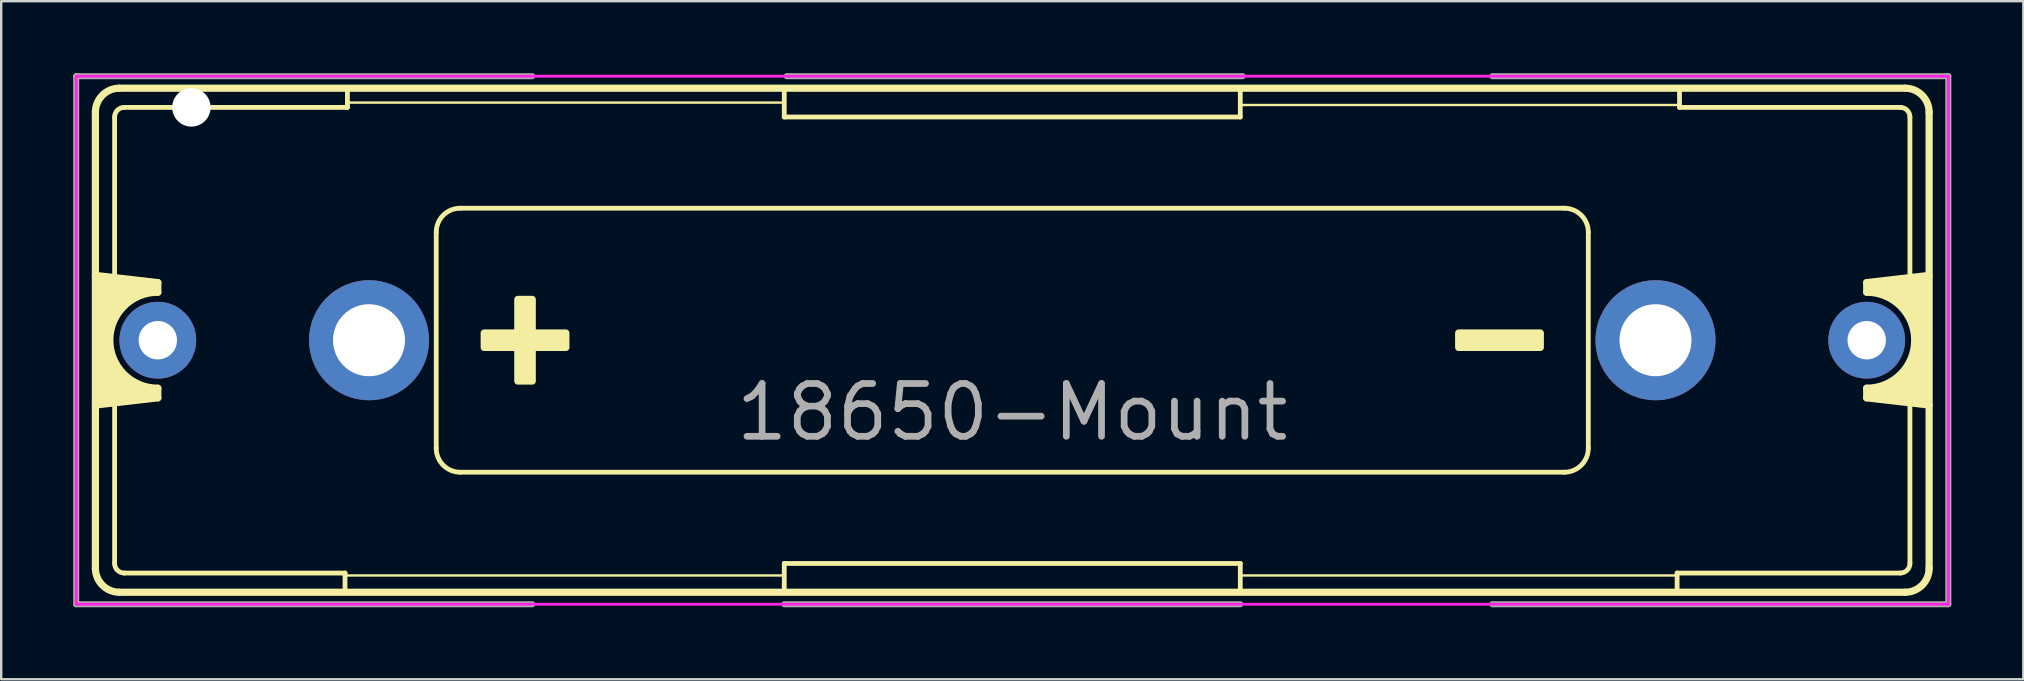
<source format=kicad_pcb>
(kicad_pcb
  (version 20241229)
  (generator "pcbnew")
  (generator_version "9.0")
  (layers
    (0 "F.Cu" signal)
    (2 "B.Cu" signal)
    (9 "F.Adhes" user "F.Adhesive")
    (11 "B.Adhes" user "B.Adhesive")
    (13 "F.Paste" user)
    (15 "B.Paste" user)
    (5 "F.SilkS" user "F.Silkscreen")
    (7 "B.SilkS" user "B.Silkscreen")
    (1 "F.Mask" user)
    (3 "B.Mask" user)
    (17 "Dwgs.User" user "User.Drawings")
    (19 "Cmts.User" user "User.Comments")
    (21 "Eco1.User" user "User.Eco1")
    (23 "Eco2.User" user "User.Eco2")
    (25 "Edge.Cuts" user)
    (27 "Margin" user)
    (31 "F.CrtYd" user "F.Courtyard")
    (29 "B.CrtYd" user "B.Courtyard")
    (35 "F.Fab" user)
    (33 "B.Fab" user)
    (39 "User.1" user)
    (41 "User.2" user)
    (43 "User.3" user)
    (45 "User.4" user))
  (footprint "18650-Mount"
    (layer "F.Cu")
    (at 39.125 11.125)
    (property "Reference" "18650-Mount" (at 0 3 0) (layer "F.Fab") (effects (font (size 2.2 2.2) (thickness 0.28))))
    (attr through_hole)
    (fp_line (start -38.2 9.5) (end -38.2 -9.5) (stroke (width 0.3) (type solid)) (layer "F.SilkS"))
    (fp_line (start -37.4 -9.3) (end -37.4 -2.4) (stroke (width 0.2) (type solid)) (layer "F.SilkS"))
    (fp_line (start -37.4 9.3) (end -37.4 2.4) (stroke (width 0.2) (type solid)) (layer "F.SilkS"))
    (fp_line (start -37.2 10.5) (end 37.2 10.5) (stroke (width 0.3) (type solid)) (layer "F.SilkS"))
    (fp_line (start -37 -9.7) (end -27.7 -9.7) (stroke (width 0.2) (type solid)) (layer "F.SilkS"))
    (fp_line (start -37 9.7) (end -27.8 9.7) (stroke (width 0.2) (type solid)) (layer "F.SilkS"))
    (fp_line (start -35.6 -2.4) (end -38.2 -2.7) (stroke (width 0.3) (type solid)) (layer "F.SilkS"))
    (fp_line (start -35.6 -2.4) (end -35.6 -2) (stroke (width 0.3) (type solid)) (layer "F.SilkS"))
    (fp_line (start -35.6 2.4) (end -38.2 2.7) (stroke (width 0.3) (type solid)) (layer "F.SilkS"))
    (fp_line (start -35.6 2.4) (end -35.6 2) (stroke (width 0.3) (type solid)) (layer "F.SilkS"))
    (fp_line (start -27.8 9.8) (end -9.5 9.8) (stroke (width 0.1) (type solid)) (layer "F.SilkS"))
    (fp_line (start -27.8 10.5) (end -27.8 9.7) (stroke (width 0.2) (type solid)) (layer "F.SilkS"))
    (fp_line (start -27.7 -10.5) (end -27.7 -9.8) (stroke (width 0.2) (type solid)) (layer "F.SilkS"))
    (fp_line (start -27.7 -9.9) (end -9.5 -9.9) (stroke (width 0.1) (type solid)) (layer "F.SilkS"))
    (fp_line (start -27.7 -9.8) (end -27.7 -9.7) (stroke (width 0.2) (type solid)) (layer "F.SilkS"))
    (fp_line (start -24 -4.5) (end -24 4.5) (stroke (width 0.2) (type solid)) (layer "F.SilkS"))
    (fp_line (start -23 5.5) (end 23 5.5) (stroke (width 0.2) (type solid)) (layer "F.SilkS"))
    (fp_line (start -9.5 -10.5) (end -9.5 -9.3) (stroke (width 0.2) (type solid)) (layer "F.SilkS"))
    (fp_line (start -9.5 -9.3) (end 9.5 -9.3) (stroke (width 0.2) (type solid)) (layer "F.SilkS"))
    (fp_line (start -9.5 9.3) (end 9.5 9.3) (stroke (width 0.2) (type solid)) (layer "F.SilkS"))
    (fp_line (start -9.5 10.5) (end -9.5 9.3) (stroke (width 0.2) (type solid)) (layer "F.SilkS"))
    (fp_line (start 9.5 -9.8) (end 27.8 -9.8) (stroke (width 0.1) (type solid)) (layer "F.SilkS"))
    (fp_line (start 9.5 -9.3) (end 9.5 -10.5) (stroke (width 0.2) (type solid)) (layer "F.SilkS"))
    (fp_line (start 9.5 9.3) (end 9.5 10.5) (stroke (width 0.2) (type solid)) (layer "F.SilkS"))
    (fp_line (start 23 -5.5) (end -23 -5.5) (stroke (width 0.2) (type solid)) (layer "F.SilkS"))
    (fp_line (start 24 4.5) (end 24 -4.5) (stroke (width 0.2) (type solid)) (layer "F.SilkS"))
    (fp_line (start 27.7 9.7) (end 27.7 10.5) (stroke (width 0.2) (type solid)) (layer "F.SilkS"))
    (fp_line (start 27.7 9.7) (end 37 9.7) (stroke (width 0.2) (type solid)) (layer "F.SilkS"))
    (fp_line (start 27.7 9.8) (end 9.5 9.8) (stroke (width 0.1) (type solid)) (layer "F.SilkS"))
    (fp_line (start 27.8 -9.7) (end 27.8 -10.5) (stroke (width 0.2) (type solid)) (layer "F.SilkS"))
    (fp_line (start 35.6 -2.4) (end 35.6 -2) (stroke (width 0.3) (type solid)) (layer "F.SilkS"))
    (fp_line (start 35.6 -2.4) (end 38.2 -2.7) (stroke (width 0.3) (type solid)) (layer "F.SilkS"))
    (fp_line (start 35.6 2.4) (end 35.6 2) (stroke (width 0.3) (type solid)) (layer "F.SilkS"))
    (fp_line (start 35.6 2.4) (end 38.2 2.7) (stroke (width 0.3) (type solid)) (layer "F.SilkS"))
    (fp_line (start 37 -9.7) (end 27.8 -9.7) (stroke (width 0.2) (type solid)) (layer "F.SilkS"))
    (fp_line (start 37.2 -10.5) (end -37.2 -10.5) (stroke (width 0.3) (type solid)) (layer "F.SilkS"))
    (fp_line (start 37.4 -9.3) (end 37.4 -2.4) (stroke (width 0.2) (type solid)) (layer "F.SilkS"))
    (fp_line (start 37.4 9.3) (end 37.4 2.4) (stroke (width 0.2) (type solid)) (layer "F.SilkS"))
    (fp_line (start 38.2 -9.5) (end 38.2 9.5) (stroke (width 0.3) (type solid)) (layer "F.SilkS"))
    (fp_arc (start -38.2 -9.5) (mid -37.907107 -10.207107) (end -37.2 -10.5) (stroke (width 0.3) (type solid)) (layer "F.SilkS"))
    (fp_arc (start -37.4 -9.3) (mid -37.282843 -9.582843) (end -37 -9.7) (stroke (width 0.2) (type solid)) (layer "F.SilkS"))
    (fp_arc (start -37.2 10.5) (mid -37.907107 10.207107) (end -38.2 9.5) (stroke (width 0.3) (type solid)) (layer "F.SilkS"))
    (fp_arc (start -37 9.7) (mid -37.282843 9.582843) (end -37.4 9.3) (stroke (width 0.2) (type solid)) (layer "F.SilkS"))
    (fp_arc (start -35.6 2) (mid -37.6 0) (end -35.6 -2) (stroke (width 0.3) (type solid)) (layer "F.SilkS"))
    (fp_arc (start -24 -4.5) (mid -23.707107 -5.207107) (end -23 -5.5) (stroke (width 0.2) (type solid)) (layer "F.SilkS"))
    (fp_arc (start -23 5.5) (mid -23.707107 5.207107) (end -24 4.5) (stroke (width 0.2) (type solid)) (layer "F.SilkS"))
    (fp_arc (start 23 -5.5) (mid 23.707107 -5.207107) (end 24 -4.5) (stroke (width 0.2) (type solid)) (layer "F.SilkS"))
    (fp_arc (start 24 4.5) (mid 23.707107 5.207107) (end 23 5.5) (stroke (width 0.2) (type solid)) (layer "F.SilkS"))
    (fp_arc (start 35.6 -2) (mid 37.6 0) (end 35.6 2) (stroke (width 0.3) (type solid)) (layer "F.SilkS"))
    (fp_arc (start 37 -9.7) (mid 37.282843 -9.582843) (end 37.4 -9.3) (stroke (width 0.2) (type solid)) (layer "F.SilkS"))
    (fp_arc (start 37.2 -10.5) (mid 37.907107 -10.207107) (end 38.2 -9.5) (stroke (width 0.3) (type solid)) (layer "F.SilkS"))
    (fp_arc (start 37.4 9.3) (mid 37.282843 9.582843) (end 37 9.7) (stroke (width 0.2) (type solid)) (layer "F.SilkS"))
    (fp_arc (start 38.2 9.5) (mid 37.907107 10.207107) (end 37.2 10.5) (stroke (width 0.3) (type solid)) (layer "F.SilkS"))
    (fp_poly (pts (xy 18.6 -0.3) (xy 22 -0.3) (xy 22 0.3) (xy 18.6 0.3)) (stroke (width 0.3) (type solid)) (fill yes) (layer "F.SilkS"))
    (fp_poly (pts (xy -38.2 2.7) (xy -35.6 2.4) (xy -35.6 2) (xy -36.7 1.8) (xy -37.5 1) (xy -37.7 0) (xy -37.5 -1) (xy -36.7 -1.8) (xy -35.6 -2.1) (xy -35.6 -2.4) (xy -38.2 -2.7)) (stroke (width 0.1) (type solid)) (fill yes) (layer "F.SilkS"))
    (fp_poly (pts (xy 38.2 -2.7) (xy 35.6 -2.4) (xy 35.6 -2) (xy 36.7 -1.8) (xy 37.5 -1) (xy 37.7 0) (xy 37.5 1) (xy 36.7 1.8) (xy 35.6 2.1) (xy 35.6 2.4) (xy 38.2 2.7)) (stroke (width 0.1) (type solid)) (fill yes) (layer "F.SilkS"))
    (fp_poly (pts (xy -22 -0.3) (xy -22 0.3) (xy -20.6 0.3) (xy -20.6 1.7) (xy -20 1.7) (xy -20 0.3) (xy -18.6 0.3) (xy -18.6 -0.3) (xy -20 -0.3) (xy -20 -1.7) (xy -20.6 -1.7) (xy -20.6 -0.3)) (stroke (width 0.3) (type solid)) (fill yes) (layer "F.SilkS"))
    (fp_line (start -39 11) (end -39 -11) (stroke (width 0.12) (type solid)) (layer "F.CrtYd"))
    (fp_line (start 39 -11) (end -39 -11) (stroke (width 0.12) (type solid)) (layer "F.CrtYd"))
    (fp_line (start 39 11) (end -39 11) (stroke (width 0.12) (type solid)) (layer "F.CrtYd"))
    (fp_line (start 39 11) (end 39 -11) (stroke (width 0.12) (type solid)) (layer "F.CrtYd"))
    (fp_line (start -39 -11) (end -39 11) (stroke (width 0.25) (type solid)) (layer "F.Fab"))
    (fp_line (start -39 -11) (end -20 -11) (stroke (width 0.25) (type solid)) (layer "F.Fab"))
    (fp_line (start -39 11) (end -20 11) (stroke (width 0.25) (type solid)) (layer "F.Fab"))
    (fp_line (start -9.5 11) (end 9.5 11) (stroke (width 0.25) (type solid)) (layer "F.Fab"))
    (fp_line (start -9.4 -11) (end 9.6 -11) (stroke (width 0.25) (type solid)) (layer "F.Fab"))
    (fp_line (start 20 -11) (end 39 -11) (stroke (width 0.25) (type solid)) (layer "F.Fab"))
    (fp_line (start 20 11) (end 39 11) (stroke (width 0.25) (type solid)) (layer "F.Fab"))
    (fp_line (start 39 -11) (end 39 11) (stroke (width 0.25) (type solid)) (layer "F.Fab"))
    (pad "" np_thru_hole circle (at -34.2 -9.7) (size 1.6 1.6) (drill 1.6) (layers "*.Cu" "*.Mask"))
    (pad "1" thru_hole circle (at -35.6 0) (size 3.2 3.2) (drill 1.6) (layers "*.Cu" "*.Mask"))
    (pad "2" thru_hole circle (at 35.6 0) (size 3.2 3.2) (drill 1.6) (layers "*.Cu" "*.Mask"))
    (pad "3" thru_hole circle (at -26.8 0) (size 5 5) (drill 3) (layers "*.Cu" "*.Mask"))
    (pad "3" thru_hole circle (at 26.8 0) (size 5 5) (drill 3) (layers "*.Cu" "*.Mask")))
  (gr_rect
    (start -3 -3)
    (end 81.25 25.25)
    (stroke (width 0.1) (type default))
    (fill no)
    (layer "Edge.Cuts")))
</source>
